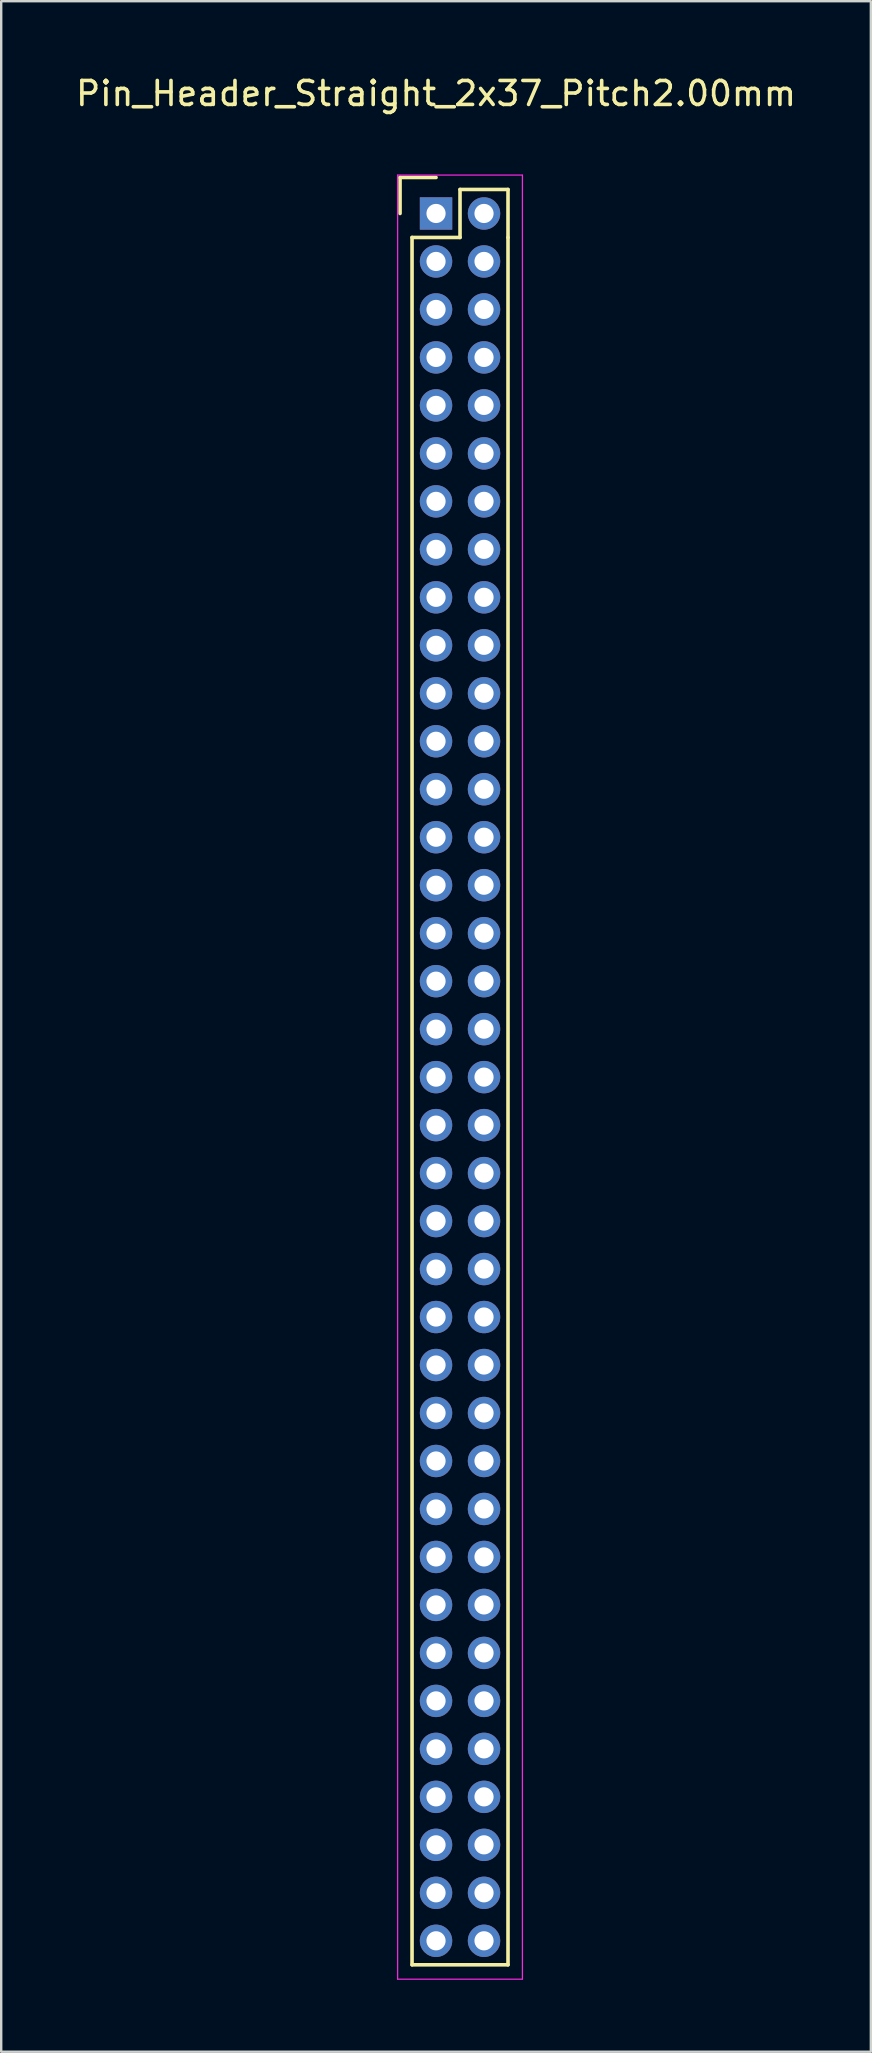
<source format=kicad_pcb>
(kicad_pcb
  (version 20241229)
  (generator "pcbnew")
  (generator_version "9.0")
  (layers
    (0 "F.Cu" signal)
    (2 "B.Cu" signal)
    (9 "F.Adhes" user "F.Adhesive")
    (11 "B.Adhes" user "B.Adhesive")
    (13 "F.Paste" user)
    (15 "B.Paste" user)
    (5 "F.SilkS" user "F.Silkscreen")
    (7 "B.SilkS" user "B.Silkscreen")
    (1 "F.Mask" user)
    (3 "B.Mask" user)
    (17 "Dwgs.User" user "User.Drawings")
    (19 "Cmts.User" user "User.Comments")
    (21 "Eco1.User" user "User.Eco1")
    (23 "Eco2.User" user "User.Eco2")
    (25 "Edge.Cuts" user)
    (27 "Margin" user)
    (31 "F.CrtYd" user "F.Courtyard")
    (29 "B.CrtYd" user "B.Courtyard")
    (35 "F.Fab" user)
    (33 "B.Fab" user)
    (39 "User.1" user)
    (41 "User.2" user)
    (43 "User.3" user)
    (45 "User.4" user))
  (footprint "Pin_Header_Straight_2x37_Pitch2.00mm"
    (layer "F.Cu")
    (at 15.125 5.848)
    (property "Reference" "Pin_Header_Straight_2x37_Pitch2.00mm" (at 0 -5 0) (layer "F.SilkS") (effects (font (size 1 1) (thickness 0.15))))
    (attr through_hole)
    (fp_line (start -1.5 -1.5) (end 0 -1.5) (stroke (width 0.15) (type solid)) (layer "F.SilkS"))
    (fp_line (start -1.5 0) (end -1.5 -1.5) (stroke (width 0.15) (type solid)) (layer "F.SilkS"))
    (fp_line (start -1 1) (end 1 1) (stroke (width 0.15) (type solid)) (layer "F.SilkS"))
    (fp_line (start -1 73) (end -1 1) (stroke (width 0.15) (type solid)) (layer "F.SilkS"))
    (fp_line (start 1 -1) (end 3 -1) (stroke (width 0.15) (type solid)) (layer "F.SilkS"))
    (fp_line (start 1 1) (end 1 -1) (stroke (width 0.15) (type solid)) (layer "F.SilkS"))
    (fp_line (start 3 -1) (end 3 1) (stroke (width 0.15) (type solid)) (layer "F.SilkS"))
    (fp_line (start 3 1) (end 3 73) (stroke (width 0.15) (type solid)) (layer "F.SilkS"))
    (fp_line (start 3 73) (end -1 73) (stroke (width 0.15) (type solid)) (layer "F.SilkS"))
    (fp_line (start -1.6 -1.6) (end 3.6 -1.6) (stroke (width 0.05) (type solid)) (layer "F.CrtYd"))
    (fp_line (start -1.6 73.6) (end -1.6 -1.6) (stroke (width 0.05) (type solid)) (layer "F.CrtYd"))
    (fp_line (start 3.6 -1.6) (end 3.6 73.6) (stroke (width 0.05) (type solid)) (layer "F.CrtYd"))
    (fp_line (start 3.6 73.6) (end -1.6 73.6) (stroke (width 0.05) (type solid)) (layer "F.CrtYd"))
    (pad "1" thru_hole rect (at 0 0) (size 1.35 1.35) (drill 0.8) (layers "*.Cu" "*.Mask"))
    (pad "2" thru_hole circle (at 2 0) (size 1.35 1.35) (drill 0.8) (layers "*.Cu" "*.Mask"))
    (pad "3" thru_hole circle (at 0 2) (size 1.35 1.35) (drill 0.8) (layers "*.Cu" "*.Mask"))
    (pad "4" thru_hole circle (at 2 2) (size 1.35 1.35) (drill 0.8) (layers "*.Cu" "*.Mask"))
    (pad "5" thru_hole circle (at 0 4) (size 1.35 1.35) (drill 0.8) (layers "*.Cu" "*.Mask"))
    (pad "6" thru_hole circle (at 2 4) (size 1.35 1.35) (drill 0.8) (layers "*.Cu" "*.Mask"))
    (pad "7" thru_hole circle (at 0 6) (size 1.35 1.35) (drill 0.8) (layers "*.Cu" "*.Mask"))
    (pad "8" thru_hole circle (at 2 6) (size 1.35 1.35) (drill 0.8) (layers "*.Cu" "*.Mask"))
    (pad "9" thru_hole circle (at 0 8) (size 1.35 1.35) (drill 0.8) (layers "*.Cu" "*.Mask"))
    (pad "10" thru_hole circle (at 2 8) (size 1.35 1.35) (drill 0.8) (layers "*.Cu" "*.Mask"))
    (pad "11" thru_hole circle (at 0 10) (size 1.35 1.35) (drill 0.8) (layers "*.Cu" "*.Mask"))
    (pad "12" thru_hole circle (at 2 10) (size 1.35 1.35) (drill 0.8) (layers "*.Cu" "*.Mask"))
    (pad "13" thru_hole circle (at 0 12) (size 1.35 1.35) (drill 0.8) (layers "*.Cu" "*.Mask"))
    (pad "14" thru_hole circle (at 2 12) (size 1.35 1.35) (drill 0.8) (layers "*.Cu" "*.Mask"))
    (pad "15" thru_hole circle (at 0 14) (size 1.35 1.35) (drill 0.8) (layers "*.Cu" "*.Mask"))
    (pad "16" thru_hole circle (at 2 14) (size 1.35 1.35) (drill 0.8) (layers "*.Cu" "*.Mask"))
    (pad "17" thru_hole circle (at 0 16) (size 1.35 1.35) (drill 0.8) (layers "*.Cu" "*.Mask"))
    (pad "18" thru_hole circle (at 2 16) (size 1.35 1.35) (drill 0.8) (layers "*.Cu" "*.Mask"))
    (pad "19" thru_hole circle (at 0 18) (size 1.35 1.35) (drill 0.8) (layers "*.Cu" "*.Mask"))
    (pad "20" thru_hole circle (at 2 18) (size 1.35 1.35) (drill 0.8) (layers "*.Cu" "*.Mask"))
    (pad "21" thru_hole circle (at 0 20) (size 1.35 1.35) (drill 0.8) (layers "*.Cu" "*.Mask"))
    (pad "22" thru_hole circle (at 2 20) (size 1.35 1.35) (drill 0.8) (layers "*.Cu" "*.Mask"))
    (pad "23" thru_hole circle (at 0 22) (size 1.35 1.35) (drill 0.8) (layers "*.Cu" "*.Mask"))
    (pad "24" thru_hole circle (at 2 22) (size 1.35 1.35) (drill 0.8) (layers "*.Cu" "*.Mask"))
    (pad "25" thru_hole circle (at 0 24) (size 1.35 1.35) (drill 0.8) (layers "*.Cu" "*.Mask"))
    (pad "26" thru_hole circle (at 2 24) (size 1.35 1.35) (drill 0.8) (layers "*.Cu" "*.Mask"))
    (pad "27" thru_hole circle (at 0 26) (size 1.35 1.35) (drill 0.8) (layers "*.Cu" "*.Mask"))
    (pad "28" thru_hole circle (at 2 26) (size 1.35 1.35) (drill 0.8) (layers "*.Cu" "*.Mask"))
    (pad "29" thru_hole circle (at 0 28) (size 1.35 1.35) (drill 0.8) (layers "*.Cu" "*.Mask"))
    (pad "30" thru_hole circle (at 2 28) (size 1.35 1.35) (drill 0.8) (layers "*.Cu" "*.Mask"))
    (pad "31" thru_hole circle (at 0 30) (size 1.35 1.35) (drill 0.8) (layers "*.Cu" "*.Mask"))
    (pad "32" thru_hole circle (at 2 30) (size 1.35 1.35) (drill 0.8) (layers "*.Cu" "*.Mask"))
    (pad "33" thru_hole circle (at 0 32) (size 1.35 1.35) (drill 0.8) (layers "*.Cu" "*.Mask"))
    (pad "34" thru_hole circle (at 2 32) (size 1.35 1.35) (drill 0.8) (layers "*.Cu" "*.Mask"))
    (pad "35" thru_hole circle (at 0 34) (size 1.35 1.35) (drill 0.8) (layers "*.Cu" "*.Mask"))
    (pad "36" thru_hole circle (at 2 34) (size 1.35 1.35) (drill 0.8) (layers "*.Cu" "*.Mask"))
    (pad "37" thru_hole circle (at 0 36) (size 1.35 1.35) (drill 0.8) (layers "*.Cu" "*.Mask"))
    (pad "38" thru_hole circle (at 2 36) (size 1.35 1.35) (drill 0.8) (layers "*.Cu" "*.Mask"))
    (pad "39" thru_hole circle (at 0 38) (size 1.35 1.35) (drill 0.8) (layers "*.Cu" "*.Mask"))
    (pad "40" thru_hole circle (at 2 38) (size 1.35 1.35) (drill 0.8) (layers "*.Cu" "*.Mask"))
    (pad "41" thru_hole circle (at 0 40) (size 1.35 1.35) (drill 0.8) (layers "*.Cu" "*.Mask"))
    (pad "42" thru_hole circle (at 2 40) (size 1.35 1.35) (drill 0.8) (layers "*.Cu" "*.Mask"))
    (pad "43" thru_hole circle (at 0 42) (size 1.35 1.35) (drill 0.8) (layers "*.Cu" "*.Mask"))
    (pad "44" thru_hole circle (at 2 42) (size 1.35 1.35) (drill 0.8) (layers "*.Cu" "*.Mask"))
    (pad "45" thru_hole circle (at 0 44) (size 1.35 1.35) (drill 0.8) (layers "*.Cu" "*.Mask"))
    (pad "46" thru_hole circle (at 2 44) (size 1.35 1.35) (drill 0.8) (layers "*.Cu" "*.Mask"))
    (pad "47" thru_hole circle (at 0 46) (size 1.35 1.35) (drill 0.8) (layers "*.Cu" "*.Mask"))
    (pad "48" thru_hole circle (at 2 46) (size 1.35 1.35) (drill 0.8) (layers "*.Cu" "*.Mask"))
    (pad "49" thru_hole circle (at 0 48) (size 1.35 1.35) (drill 0.8) (layers "*.Cu" "*.Mask"))
    (pad "50" thru_hole circle (at 2 48) (size 1.35 1.35) (drill 0.8) (layers "*.Cu" "*.Mask"))
    (pad "51" thru_hole circle (at 0 50) (size 1.35 1.35) (drill 0.8) (layers "*.Cu" "*.Mask"))
    (pad "52" thru_hole circle (at 2 50) (size 1.35 1.35) (drill 0.8) (layers "*.Cu" "*.Mask"))
    (pad "53" thru_hole circle (at 0 52) (size 1.35 1.35) (drill 0.8) (layers "*.Cu" "*.Mask"))
    (pad "54" thru_hole circle (at 2 52) (size 1.35 1.35) (drill 0.8) (layers "*.Cu" "*.Mask"))
    (pad "55" thru_hole circle (at 0 54) (size 1.35 1.35) (drill 0.8) (layers "*.Cu" "*.Mask"))
    (pad "56" thru_hole circle (at 2 54) (size 1.35 1.35) (drill 0.8) (layers "*.Cu" "*.Mask"))
    (pad "57" thru_hole circle (at 0 56) (size 1.35 1.35) (drill 0.8) (layers "*.Cu" "*.Mask"))
    (pad "58" thru_hole circle (at 2 56) (size 1.35 1.35) (drill 0.8) (layers "*.Cu" "*.Mask"))
    (pad "59" thru_hole circle (at 0 58) (size 1.35 1.35) (drill 0.8) (layers "*.Cu" "*.Mask"))
    (pad "60" thru_hole circle (at 2 58) (size 1.35 1.35) (drill 0.8) (layers "*.Cu" "*.Mask"))
    (pad "61" thru_hole circle (at 0 60) (size 1.35 1.35) (drill 0.8) (layers "*.Cu" "*.Mask"))
    (pad "62" thru_hole circle (at 2 60) (size 1.35 1.35) (drill 0.8) (layers "*.Cu" "*.Mask"))
    (pad "63" thru_hole circle (at 0 62) (size 1.35 1.35) (drill 0.8) (layers "*.Cu" "*.Mask"))
    (pad "64" thru_hole circle (at 2 62) (size 1.35 1.35) (drill 0.8) (layers "*.Cu" "*.Mask"))
    (pad "65" thru_hole circle (at 0 64) (size 1.35 1.35) (drill 0.8) (layers "*.Cu" "*.Mask"))
    (pad "66" thru_hole circle (at 2 64) (size 1.35 1.35) (drill 0.8) (layers "*.Cu" "*.Mask"))
    (pad "67" thru_hole circle (at 0 66) (size 1.35 1.35) (drill 0.8) (layers "*.Cu" "*.Mask"))
    (pad "68" thru_hole circle (at 2 66) (size 1.35 1.35) (drill 0.8) (layers "*.Cu" "*.Mask"))
    (pad "69" thru_hole circle (at 0 68) (size 1.35 1.35) (drill 0.8) (layers "*.Cu" "*.Mask"))
    (pad "70" thru_hole circle (at 2 68) (size 1.35 1.35) (drill 0.8) (layers "*.Cu" "*.Mask"))
    (pad "71" thru_hole circle (at 0 70) (size 1.35 1.35) (drill 0.8) (layers "*.Cu" "*.Mask"))
    (pad "72" thru_hole circle (at 2 70) (size 1.35 1.35) (drill 0.8) (layers "*.Cu" "*.Mask"))
    (pad "73" thru_hole circle (at 0 72) (size 1.35 1.35) (drill 0.8) (layers "*.Cu" "*.Mask"))
    (pad "74" thru_hole circle (at 2 72) (size 1.35 1.35) (drill 0.8) (layers "*.Cu" "*.Mask")))
  (gr_rect
    (start -3 -3)
    (end 33.25 82.473)
    (stroke (width 0.1) (type default))
    (fill no)
    (layer "Edge.Cuts")))
</source>
